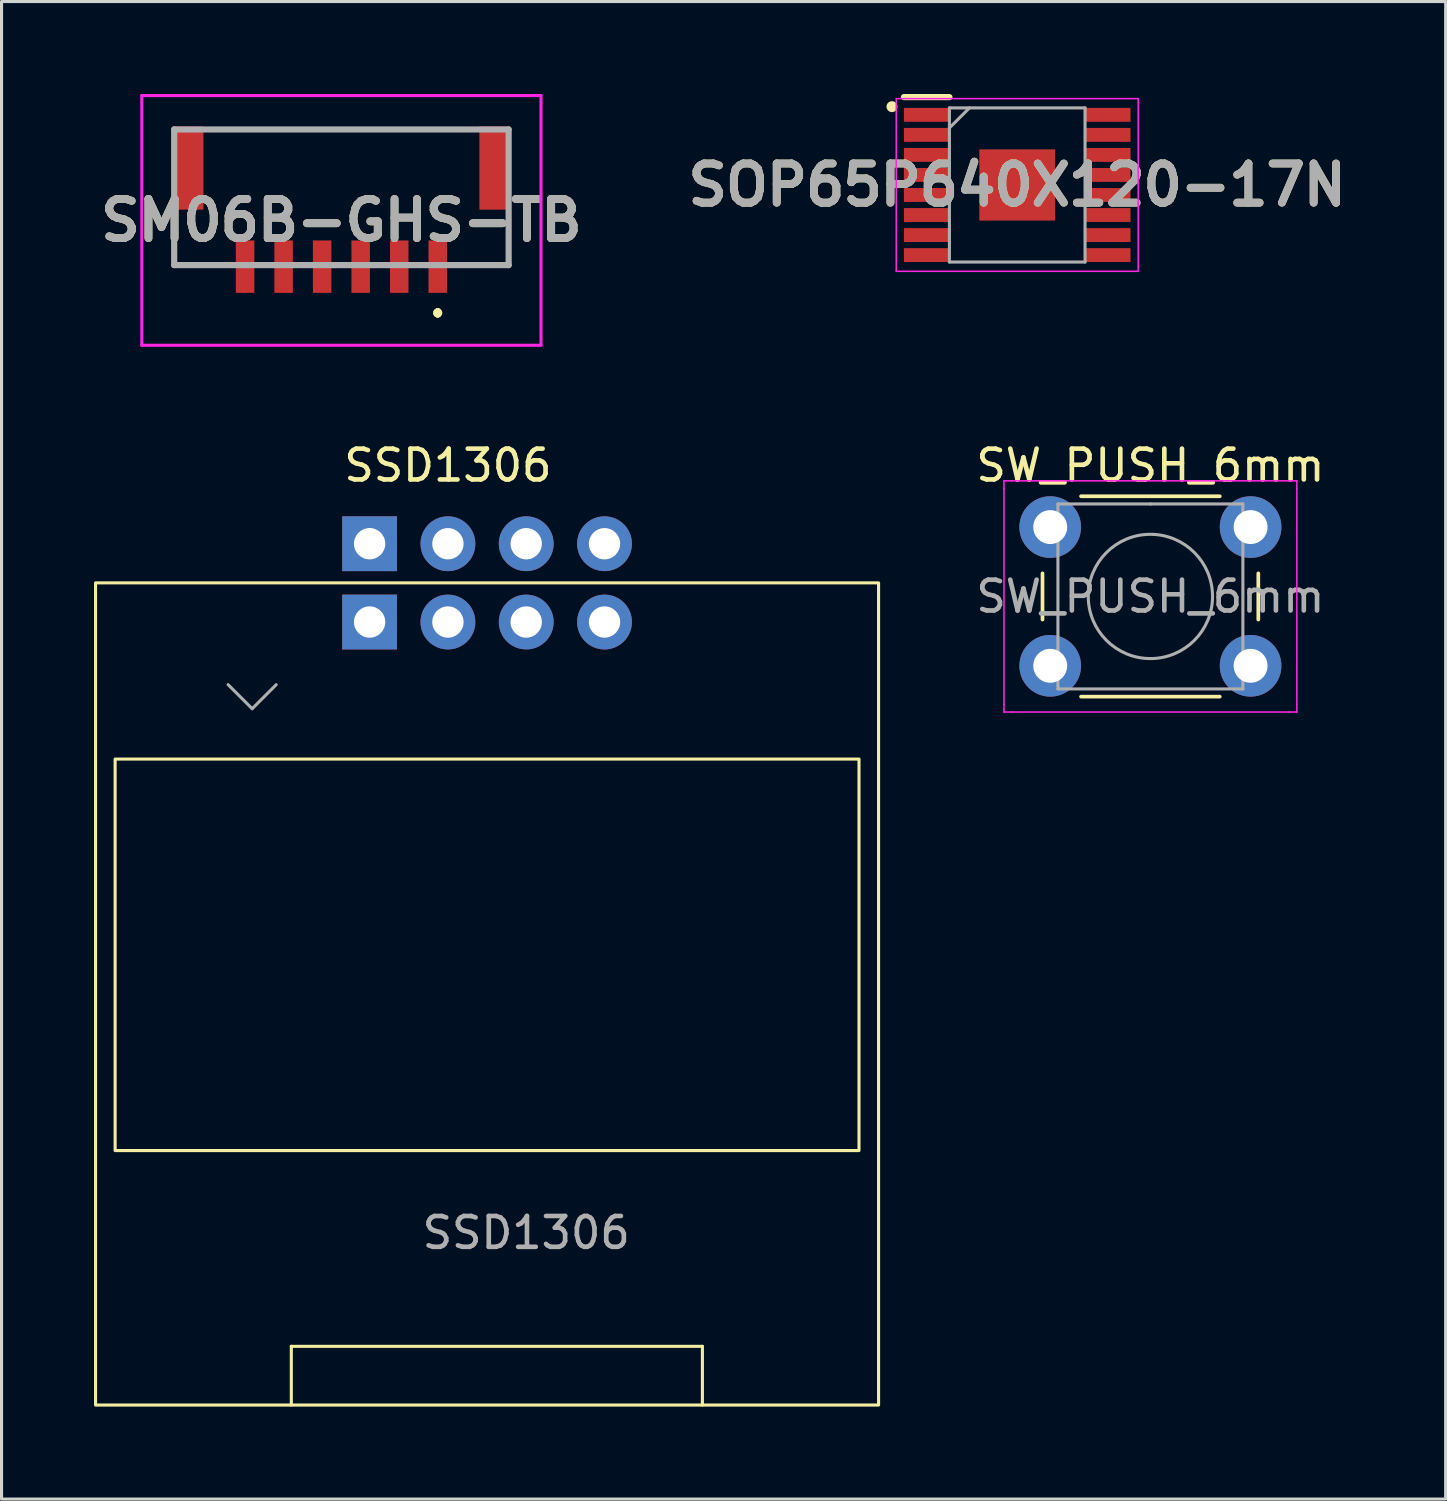
<source format=kicad_pcb>
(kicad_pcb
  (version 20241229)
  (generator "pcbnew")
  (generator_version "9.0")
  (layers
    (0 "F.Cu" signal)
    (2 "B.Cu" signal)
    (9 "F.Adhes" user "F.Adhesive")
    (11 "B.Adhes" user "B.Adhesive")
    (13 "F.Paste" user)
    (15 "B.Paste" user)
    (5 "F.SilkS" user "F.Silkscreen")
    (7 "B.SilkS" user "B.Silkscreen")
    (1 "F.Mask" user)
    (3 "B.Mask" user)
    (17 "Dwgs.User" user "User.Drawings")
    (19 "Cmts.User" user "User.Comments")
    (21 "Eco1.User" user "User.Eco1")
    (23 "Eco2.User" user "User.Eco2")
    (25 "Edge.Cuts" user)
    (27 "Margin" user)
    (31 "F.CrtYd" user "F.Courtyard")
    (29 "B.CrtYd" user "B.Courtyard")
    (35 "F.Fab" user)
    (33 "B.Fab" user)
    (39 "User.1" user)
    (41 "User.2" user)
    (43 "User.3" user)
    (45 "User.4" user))
  (footprint "SSD1306"
    (layer "F.Cu")
    (at 5.13 22.208)
    (property "Reference" "SSD1306" (at 6.35 -10.16 0) (layer "F.SilkS") (effects (font (size 1 1) (thickness 0.15))))
    (attr through_hole)
    (fp_line (start 1.27 18.415) (end 14.605 18.415) (stroke (width 0.1) (type default)) (layer "F.SilkS"))
    (fp_line (start 1.27 20.32) (end 1.27 18.415) (stroke (width 0.1) (type default)) (layer "F.SilkS"))
    (fp_line (start 14.605 18.415) (end 14.605 20.32) (stroke (width 0.1) (type default)) (layer "F.SilkS"))
    (fp_rect (start -5.08 -6.35) (end 20.32 20.32) (stroke (width 0.1) (type default)) (fill no) (layer "F.SilkS"))
    (fp_rect (start -4.445 -0.635) (end 19.685 12.065) (stroke (width 0.1) (type default)) (fill no) (layer "F.SilkS"))
    (fp_line (start -0.78 -3.048) (end 0 -2.268) (stroke (width 0.1) (type solid)) (layer "F.Fab"))
    (fp_line (start 0 -2.268) (end 0.78 -3.048) (stroke (width 0.1) (type solid)) (layer "F.Fab"))
    (fp_text user "${REFERENCE}" (at 8.89 14.732 0) (layer "F.Fab") (effects (font (size 1 1) (thickness 0.15))))
    (pad "1" thru_hole rect (at 3.81 -5.08) (size 1.778 1.778) (drill 1.016) (layers "*.Cu" "*.Mask"))
    (pad "2" thru_hole circle (at 6.35 -5.08) (size 1.778 1.778) (drill 1.016) (layers "*.Cu" "*.Mask"))
    (pad "3" thru_hole circle (at 8.89 -5.08) (size 1.778 1.778) (drill 1.016) (layers "*.Cu" "*.Mask"))
    (pad "4" thru_hole circle (at 11.43 -5.08) (size 1.778 1.778) (drill 1.016) (layers "*.Cu" "*.Mask"))
    (pad "5" thru_hole rect (at 3.81 -7.62) (size 1.778 1.778) (drill 1.016) (layers "*.Cu" "*.Mask"))
    (pad "6" thru_hole circle (at 6.35 -7.62) (size 1.778 1.778) (drill 1.016) (layers "*.Cu" "*.Mask"))
    (pad "7" thru_hole circle (at 8.89 -7.62) (size 1.778 1.778) (drill 1.016) (layers "*.Cu" "*.Mask"))
    (pad "8" thru_hole circle (at 11.43 -7.62) (size 1.778 1.778) (drill 1.016) (layers "*.Cu" "*.Mask")))
  (footprint "SM06B-GHS-TB"
    (layer "F.Cu")
    (at 8.025 3.35)
    (property "Reference" "SM06B-GHS-TB" (at 0 0.75 0) (layer "F.SilkS") (effects (font (size 1.27 1.27) (thickness 0.254))))
    (attr smd)
    (fp_line (start -5.425 1) (end -5.425 2.2) (stroke (width 0.1) (type solid)) (layer "F.SilkS"))
    (fp_line (start -5.425 2.2) (end -3.75 2.2) (stroke (width 0.1) (type solid)) (layer "F.SilkS"))
    (fp_line (start -4 -2.2) (end 4 -2.2) (stroke (width 0.1) (type solid)) (layer "F.SilkS"))
    (fp_line (start 3.125 3.7) (end 3.125 3.7) (stroke (width 0.2) (type solid)) (layer "F.SilkS"))
    (fp_line (start 3.125 3.7) (end 3.125 3.7) (stroke (width 0.2) (type solid)) (layer "F.SilkS"))
    (fp_line (start 3.125 3.8) (end 3.125 3.8) (stroke (width 0.2) (type solid)) (layer "F.SilkS"))
    (fp_line (start 3.75 2.2) (end 5.425 2.2) (stroke (width 0.1) (type solid)) (layer "F.SilkS"))
    (fp_line (start 5.425 2.2) (end 5.425 0.75) (stroke (width 0.1) (type solid)) (layer "F.SilkS"))
    (fp_arc (start 3.125 3.7) (mid 3.175 3.75) (end 3.125 3.8) (stroke (width 0.2) (type solid)) (layer "F.SilkS"))
    (fp_arc (start 3.125 3.8) (mid 3.075 3.75) (end 3.125 3.7) (stroke (width 0.2) (type solid)) (layer "F.SilkS"))
    (fp_arc (start 3.125 3.8) (mid 3.075 3.75) (end 3.125 3.7) (stroke (width 0.2) (type solid)) (layer "F.SilkS"))
    (fp_line (start -6.475 -3.3) (end 6.475 -3.3) (stroke (width 0.1) (type solid)) (layer "F.CrtYd"))
    (fp_line (start -6.475 4.8) (end -6.475 -3.3) (stroke (width 0.1) (type solid)) (layer "F.CrtYd"))
    (fp_line (start 6.475 -3.3) (end 6.475 4.8) (stroke (width 0.1) (type solid)) (layer "F.CrtYd"))
    (fp_line (start 6.475 4.8) (end -6.475 4.8) (stroke (width 0.1) (type solid)) (layer "F.CrtYd"))
    (fp_line (start -5.425 -2.2) (end 5.425 -2.2) (stroke (width 0.2) (type solid)) (layer "F.Fab"))
    (fp_line (start -5.425 2.2) (end -5.425 -2.2) (stroke (width 0.2) (type solid)) (layer "F.Fab"))
    (fp_line (start 5.425 -2.2) (end 5.425 2.2) (stroke (width 0.2) (type solid)) (layer "F.Fab"))
    (fp_line (start 5.425 2.2) (end -5.425 2.2) (stroke (width 0.2) (type solid)) (layer "F.Fab"))
    (fp_text user "${REFERENCE}" (at 0 0.75 0) (layer "F.Fab") (effects (font (size 1.27 1.27) (thickness 0.254))))
    (pad "1" smd rect (at 3.125 2.25) (size 0.6 1.7) (layers "F.Cu" "F.Mask" "F.Paste"))
    (pad "2" smd rect (at 1.875 2.25) (size 0.6 1.7) (layers "F.Cu" "F.Mask" "F.Paste"))
    (pad "3" smd rect (at 0.625 2.25) (size 0.6 1.7) (layers "F.Cu" "F.Mask" "F.Paste"))
    (pad "4" smd rect (at -0.625 2.25) (size 0.6 1.7) (layers "F.Cu" "F.Mask" "F.Paste"))
    (pad "5" smd rect (at -1.875 2.25) (size 0.6 1.7) (layers "F.Cu" "F.Mask" "F.Paste"))
    (pad "6" smd rect (at -3.125 2.25) (size 0.6 1.7) (layers "F.Cu" "F.Mask" "F.Paste"))
    (pad "MP1" smd rect (at 4.975 -0.95) (size 1 2.7) (layers "F.Cu" "F.Mask" "F.Paste"))
    (pad "MP2" smd rect (at -4.975 -0.95) (size 1 2.7) (layers "F.Cu" "F.Mask" "F.Paste")))
  (footprint "SW_PUSH_6mm"
    (layer "F.Cu")
    (at 31.018 14.048)
    (property "Reference" "SW_PUSH_6mm" (at 3.25 -2 0) (layer "F.SilkS") (effects (font (size 1 1) (thickness 0.15))))
    (attr through_hole)
    (fp_line (start -0.25 1.5) (end -0.25 3) (stroke (width 0.12) (type solid)) (layer "F.SilkS"))
    (fp_line (start 1 5.5) (end 5.5 5.5) (stroke (width 0.12) (type solid)) (layer "F.SilkS"))
    (fp_line (start 5.5 -1) (end 1 -1) (stroke (width 0.12) (type solid)) (layer "F.SilkS"))
    (fp_line (start 6.75 3) (end 6.75 1.5) (stroke (width 0.12) (type solid)) (layer "F.SilkS"))
    (fp_line (start -1.5 -1.5) (end -1.25 -1.5) (stroke (width 0.05) (type solid)) (layer "F.CrtYd"))
    (fp_line (start -1.5 -1.25) (end -1.5 -1.5) (stroke (width 0.05) (type solid)) (layer "F.CrtYd"))
    (fp_line (start -1.5 5.75) (end -1.5 -1.25) (stroke (width 0.05) (type solid)) (layer "F.CrtYd"))
    (fp_line (start -1.5 5.75) (end -1.5 6) (stroke (width 0.05) (type solid)) (layer "F.CrtYd"))
    (fp_line (start -1.5 6) (end -1.25 6) (stroke (width 0.05) (type solid)) (layer "F.CrtYd"))
    (fp_line (start -1.25 -1.5) (end 7.75 -1.5) (stroke (width 0.05) (type solid)) (layer "F.CrtYd"))
    (fp_line (start 7.75 -1.5) (end 8 -1.5) (stroke (width 0.05) (type solid)) (layer "F.CrtYd"))
    (fp_line (start 7.75 6) (end -1.25 6) (stroke (width 0.05) (type solid)) (layer "F.CrtYd"))
    (fp_line (start 7.75 6) (end 8 6) (stroke (width 0.05) (type solid)) (layer "F.CrtYd"))
    (fp_line (start 8 -1.5) (end 8 -1.25) (stroke (width 0.05) (type solid)) (layer "F.CrtYd"))
    (fp_line (start 8 -1.25) (end 8 5.75) (stroke (width 0.05) (type solid)) (layer "F.CrtYd"))
    (fp_line (start 8 6) (end 8 5.75) (stroke (width 0.05) (type solid)) (layer "F.CrtYd"))
    (fp_line (start 0.25 -0.75) (end 3.25 -0.75) (stroke (width 0.1) (type solid)) (layer "F.Fab"))
    (fp_line (start 0.25 5.25) (end 0.25 -0.75) (stroke (width 0.1) (type solid)) (layer "F.Fab"))
    (fp_line (start 3.25 -0.75) (end 6.25 -0.75) (stroke (width 0.1) (type solid)) (layer "F.Fab"))
    (fp_line (start 6.25 -0.75) (end 6.25 5.25) (stroke (width 0.1) (type solid)) (layer "F.Fab"))
    (fp_line (start 6.25 5.25) (end 0.25 5.25) (stroke (width 0.1) (type solid)) (layer "F.Fab"))
    (fp_circle (center 3.25 2.25) (end 1.25 2.5) (stroke (width 0.1) (type solid)) (fill no) (layer "F.Fab"))
    (fp_text user "${REFERENCE}" (at 3.25 2.25 0) (layer "F.Fab") (effects (font (size 1 1) (thickness 0.15))))
    (pad "1" thru_hole circle (at 0 0 90) (size 2 2) (drill 1.1) (layers "*.Cu" "*.Mask"))
    (pad "1" thru_hole circle (at 6.5 0 90) (size 2 2) (drill 1.1) (layers "*.Cu" "*.Mask"))
    (pad "2" thru_hole circle (at 0 4.5 90) (size 2 2) (drill 1.1) (layers "*.Cu" "*.Mask"))
    (pad "2" thru_hole circle (at 6.5 4.5 90) (size 2 2) (drill 1.1) (layers "*.Cu" "*.Mask")))
  (footprint "SOP65P640X120-17N"
    (layer "F.Cu")
    (at 29.948 2.95)
    (property "Reference" "SOP65P640X120-17N" (at 0 0 0) (layer "F.SilkS") (effects (font (size 1.27 1.27) (thickness 0.254))))
    (attr smd)
    (fp_line (start -3.675 -2.85) (end -2.2 -2.85) (stroke (width 0.2) (type solid)) (layer "F.SilkS"))
    (fp_circle (center -4.064 -2.54) (end -3.937 -2.54) (stroke (width 0.1) (type solid)) (fill yes) (layer "F.SilkS"))
    (fp_line (start -3.925 -2.8) (end 3.925 -2.8) (stroke (width 0.05) (type solid)) (layer "F.CrtYd"))
    (fp_line (start -3.925 2.8) (end -3.925 -2.8) (stroke (width 0.05) (type solid)) (layer "F.CrtYd"))
    (fp_line (start 3.925 -2.8) (end 3.925 2.8) (stroke (width 0.05) (type solid)) (layer "F.CrtYd"))
    (fp_line (start 3.925 2.8) (end -3.925 2.8) (stroke (width 0.05) (type solid)) (layer "F.CrtYd"))
    (fp_line (start -2.2 -2.5) (end 2.2 -2.5) (stroke (width 0.1) (type solid)) (layer "F.Fab"))
    (fp_line (start -2.2 -1.85) (end -1.55 -2.5) (stroke (width 0.1) (type solid)) (layer "F.Fab"))
    (fp_line (start -2.2 2.5) (end -2.2 -2.5) (stroke (width 0.1) (type solid)) (layer "F.Fab"))
    (fp_line (start 2.2 -2.5) (end 2.2 2.5) (stroke (width 0.1) (type solid)) (layer "F.Fab"))
    (fp_line (start 2.2 2.5) (end -2.2 2.5) (stroke (width 0.1) (type solid)) (layer "F.Fab"))
    (fp_text user "${REFERENCE}" (at 0 0 0) (layer "F.Fab") (effects (font (size 1.27 1.27) (thickness 0.254))))
    (pad "1" smd rect (at -2.938 -2.275 90) (size 0.45 1.475) (layers "F.Cu" "F.Mask" "F.Paste"))
    (pad "2" smd rect (at -2.938 -1.625 90) (size 0.45 1.475) (layers "F.Cu" "F.Mask" "F.Paste"))
    (pad "3" smd rect (at -2.938 -0.975 90) (size 0.45 1.475) (layers "F.Cu" "F.Mask" "F.Paste"))
    (pad "4" smd rect (at -2.938 -0.325 90) (size 0.45 1.475) (layers "F.Cu" "F.Mask" "F.Paste"))
    (pad "5" smd rect (at -2.938 0.325 90) (size 0.45 1.475) (layers "F.Cu" "F.Mask" "F.Paste"))
    (pad "6" smd rect (at -2.938 0.975 90) (size 0.45 1.475) (layers "F.Cu" "F.Mask" "F.Paste"))
    (pad "7" smd rect (at -2.938 1.625 90) (size 0.45 1.475) (layers "F.Cu" "F.Mask" "F.Paste"))
    (pad "8" smd rect (at -2.938 2.275 90) (size 0.45 1.475) (layers "F.Cu" "F.Mask" "F.Paste"))
    (pad "9" smd rect (at 2.938 2.275 90) (size 0.45 1.475) (layers "F.Cu" "F.Mask" "F.Paste"))
    (pad "10" smd rect (at 2.938 1.625 90) (size 0.45 1.475) (layers "F.Cu" "F.Mask" "F.Paste"))
    (pad "11" smd rect (at 2.938 0.975 90) (size 0.45 1.475) (layers "F.Cu" "F.Mask" "F.Paste"))
    (pad "12" smd rect (at 2.938 0.325 90) (size 0.45 1.475) (layers "F.Cu" "F.Mask" "F.Paste"))
    (pad "13" smd rect (at 2.938 -0.325 90) (size 0.45 1.475) (layers "F.Cu" "F.Mask" "F.Paste"))
    (pad "14" smd rect (at 2.938 -0.975 90) (size 0.45 1.475) (layers "F.Cu" "F.Mask" "F.Paste"))
    (pad "15" smd rect (at 2.938 -1.625 90) (size 0.45 1.475) (layers "F.Cu" "F.Mask" "F.Paste"))
    (pad "16" smd rect (at 2.938 -2.275 90) (size 0.45 1.475) (layers "F.Cu" "F.Mask" "F.Paste"))
    (pad "17" smd rect (at 0 0 90) (size 2.31 2.46) (layers "F.Cu" "F.Mask" "F.Paste")))
  (gr_rect
    (start -3 -3)
    (end 43.846 45.578)
    (stroke (width 0.1) (type default))
    (fill no)
    (layer "Edge.Cuts")))
</source>
